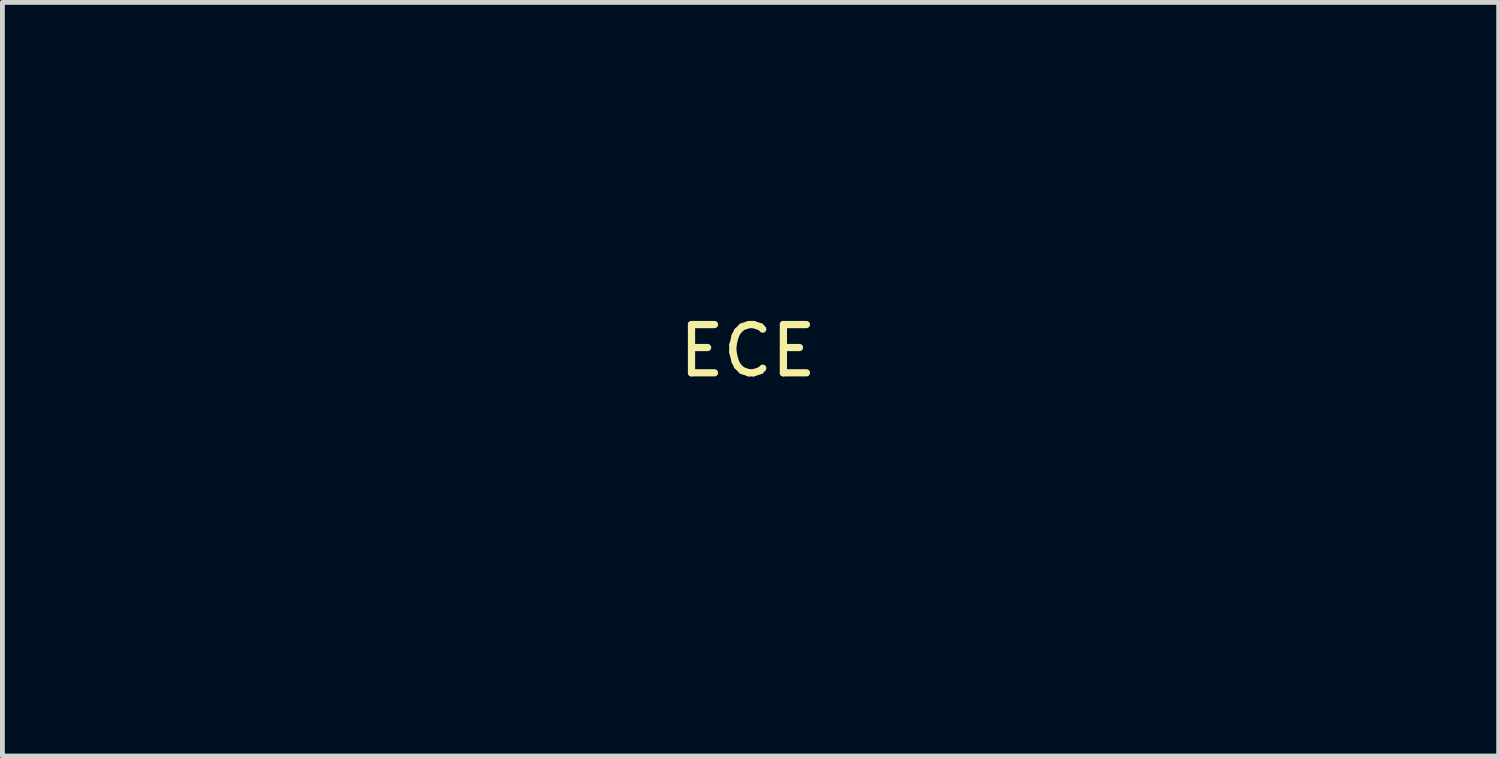
<source format=kicad_pcb>
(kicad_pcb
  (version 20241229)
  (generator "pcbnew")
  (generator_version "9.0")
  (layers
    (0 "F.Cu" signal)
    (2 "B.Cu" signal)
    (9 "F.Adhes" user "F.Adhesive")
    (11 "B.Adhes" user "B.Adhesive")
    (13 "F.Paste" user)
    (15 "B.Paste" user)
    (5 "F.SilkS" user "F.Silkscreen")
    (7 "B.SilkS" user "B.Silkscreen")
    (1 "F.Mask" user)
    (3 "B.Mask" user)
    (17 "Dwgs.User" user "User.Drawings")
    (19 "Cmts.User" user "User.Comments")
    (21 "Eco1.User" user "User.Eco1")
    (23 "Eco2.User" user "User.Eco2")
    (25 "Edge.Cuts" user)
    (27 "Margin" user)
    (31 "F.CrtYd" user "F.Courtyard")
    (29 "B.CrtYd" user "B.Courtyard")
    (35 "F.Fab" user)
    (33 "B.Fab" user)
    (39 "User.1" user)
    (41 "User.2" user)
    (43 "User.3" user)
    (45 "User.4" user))
  (footprint "ECE"
    (layer "F.Cu")
    (at 12.449 4.722)
    (property "Reference" "ECE" (at 0 -0.5 0) (unlocked yes) (layer "F.SilkS") (effects (font (size 1 1) (thickness 0.15))))
    (fp_poly (pts (xy 12.563 -2.818) (xy 8.297 -2.818) (xy 8.297 -1.281) (xy 12.272 -1.17) (xy 12.272 0.575) (xy 8.297 0.685) (xy 8.297 2.998) (xy 12.563 2.998) (xy 12.563 4.743) (xy 5.777 4.743) (xy 5.777 -4.563) (xy 12.563 -4.563)) (stroke (width 0) (type solid)) (fill yes) (layer "F.Mask"))
    (fp_poly (pts (xy -5.663 -2.818) (xy -9.929 -2.818) (xy -9.929 -1.281) (xy -7.941 -1.226) (xy -5.954 -1.17) (xy -5.895 -0.249) (xy -5.836 0.672) (xy -9.929 0.672) (xy -9.929 2.998) (xy -5.663 2.998) (xy -5.663 4.743) (xy -12.449 4.743) (xy -12.449 -4.563) (xy -5.663 -4.563)) (stroke (width 0) (type solid)) (fill yes) (layer "F.Mask"))
    (fp_poly (pts (xy 2.126 -4.62) (xy 3.125 -4.38) (xy 3.305 -4.31) (xy 3.706 -4.124) (xy 3.923 -3.925) (xy 4.013 -3.597) (xy 4.032 -3.026) (xy 4.032 -2.828) (xy 4.019 -2.212) (xy 3.986 -1.787) (xy 3.948 -1.655) (xy 3.751 -1.749) (xy 3.328 -1.993) (xy 2.902 -2.253) (xy 1.852 -2.729) (xy 0.856 -2.854) (xy -0.033 -2.655) (xy -0.767 -2.158) (xy -1.294 -1.39) (xy -1.565 -0.376) (xy -1.591 0.09) (xy -1.436 1.194) (xy -1.004 2.064) (xy -0.346 2.672) (xy 0.487 2.992) (xy 1.446 2.999) (xy 2.481 2.666) (xy 2.902 2.433) (xy 3.433 2.112) (xy 3.821 1.895) (xy 3.957 1.835) (xy 3.997 2.011) (xy 4.009 2.47) (xy 3.993 3.031) (xy 3.935 4.227) (xy 2.965 4.567) (xy 2.021 4.794) (xy 0.928 4.898) (xy -0.154 4.875) (xy -1.066 4.721) (xy -1.226 4.67) (xy -2.38 4.077) (xy -3.243 3.23) (xy -3.812 2.13) (xy -4.085 0.783) (xy -4.112 0.143) (xy -4.062 -0.807) (xy -3.929 -1.625) (xy -3.811 -2.001) (xy -3.225 -2.968) (xy -2.378 -3.803) (xy -1.392 -4.393) (xy -1.143 -4.487) (xy -0.178 -4.68) (xy 0.968 -4.722)) (stroke (width 0) (type solid)) (fill yes) (layer "F.Mask"))
    (fp_poly (pts (xy 12.563 -2.818) (xy 8.297 -2.818) (xy 8.297 -1.281) (xy 12.272 -1.17) (xy 12.272 0.575) (xy 8.297 0.685) (xy 8.297 2.998) (xy 12.563 2.998) (xy 12.563 4.743) (xy 5.777 4.743) (xy 5.777 -4.563) (xy 12.563 -4.563)) (stroke (width 0) (type solid)) (fill yes) (layer "B.Mask"))
    (fp_poly (pts (xy -5.663 -2.818) (xy -9.929 -2.818) (xy -9.929 -1.281) (xy -7.941 -1.226) (xy -5.954 -1.17) (xy -5.895 -0.249) (xy -5.836 0.672) (xy -9.929 0.672) (xy -9.929 2.998) (xy -5.663 2.998) (xy -5.663 4.743) (xy -12.449 4.743) (xy -12.449 -4.563) (xy -5.663 -4.563)) (stroke (width 0) (type solid)) (fill yes) (layer "B.Mask"))
    (fp_poly (pts (xy 2.126 -4.62) (xy 3.125 -4.38) (xy 3.305 -4.31) (xy 3.706 -4.124) (xy 3.923 -3.925) (xy 4.013 -3.597) (xy 4.032 -3.026) (xy 4.032 -2.828) (xy 4.019 -2.212) (xy 3.986 -1.787) (xy 3.948 -1.655) (xy 3.751 -1.749) (xy 3.328 -1.993) (xy 2.902 -2.253) (xy 1.852 -2.729) (xy 0.856 -2.854) (xy -0.033 -2.655) (xy -0.767 -2.158) (xy -1.294 -1.39) (xy -1.565 -0.376) (xy -1.591 0.09) (xy -1.436 1.194) (xy -1.004 2.064) (xy -0.346 2.672) (xy 0.487 2.992) (xy 1.446 2.999) (xy 2.481 2.666) (xy 2.902 2.433) (xy 3.433 2.112) (xy 3.821 1.895) (xy 3.957 1.835) (xy 3.997 2.011) (xy 4.009 2.47) (xy 3.993 3.031) (xy 3.935 4.227) (xy 2.965 4.567) (xy 2.021 4.794) (xy 0.928 4.898) (xy -0.154 4.875) (xy -1.066 4.721) (xy -1.226 4.67) (xy -2.38 4.077) (xy -3.243 3.23) (xy -3.812 2.13) (xy -4.085 0.783) (xy -4.112 0.143) (xy -4.062 -0.807) (xy -3.929 -1.625) (xy -3.811 -2.001) (xy -3.225 -2.968) (xy -2.378 -3.803) (xy -1.392 -4.393) (xy -1.143 -4.487) (xy -0.178 -4.68) (xy 0.968 -4.722)) (stroke (width 0) (type solid)) (fill yes) (layer "B.Mask")))
  (gr_rect
    (start -3 -3)
    (end 28.012 12.62)
    (stroke (width 0.1) (type default))
    (fill no)
    (layer "Edge.Cuts")))
</source>
